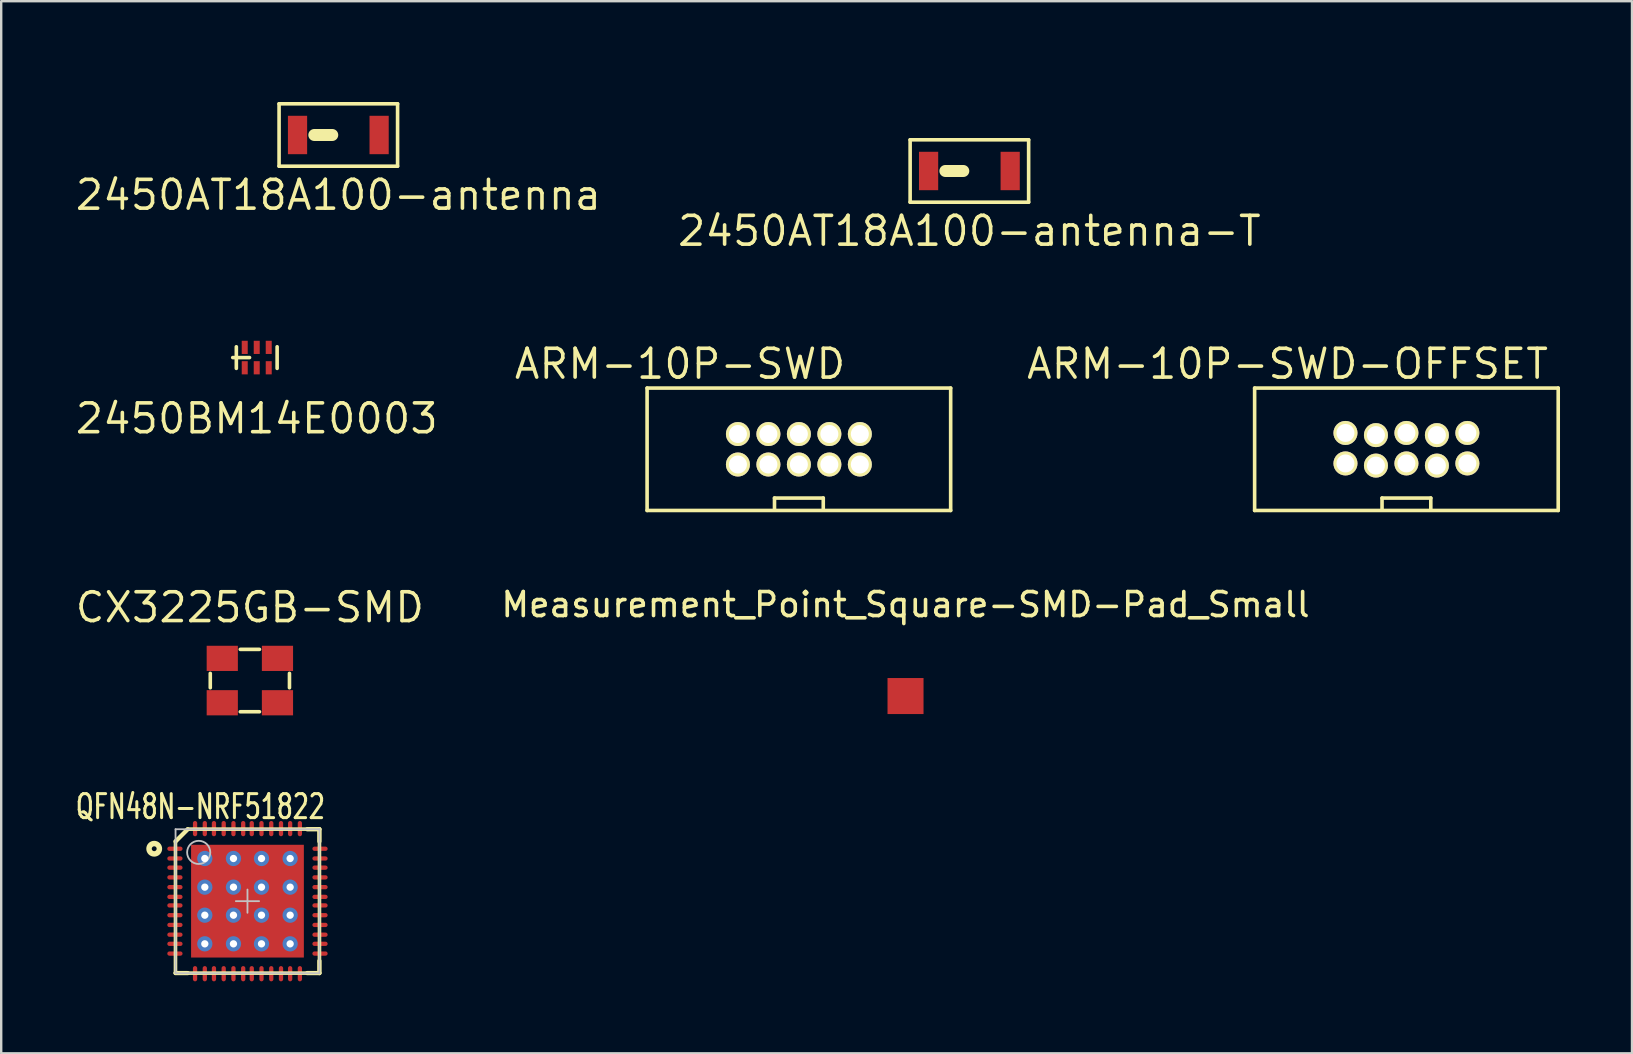
<source format=kicad_pcb>
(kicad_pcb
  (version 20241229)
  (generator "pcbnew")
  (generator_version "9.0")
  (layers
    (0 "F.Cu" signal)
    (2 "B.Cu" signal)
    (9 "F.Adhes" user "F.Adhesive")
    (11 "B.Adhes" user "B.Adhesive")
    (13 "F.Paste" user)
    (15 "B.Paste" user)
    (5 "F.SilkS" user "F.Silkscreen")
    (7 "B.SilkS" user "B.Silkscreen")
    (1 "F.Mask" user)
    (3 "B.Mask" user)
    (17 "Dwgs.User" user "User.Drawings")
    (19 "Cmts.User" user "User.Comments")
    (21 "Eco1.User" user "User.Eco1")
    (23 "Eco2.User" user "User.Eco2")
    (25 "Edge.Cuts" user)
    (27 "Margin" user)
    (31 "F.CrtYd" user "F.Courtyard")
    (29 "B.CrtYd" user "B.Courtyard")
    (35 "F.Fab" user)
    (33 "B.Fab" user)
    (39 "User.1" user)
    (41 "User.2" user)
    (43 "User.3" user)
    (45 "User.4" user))
  (footprint "Measurement_Point_Square-SMD-Pad_Small"
    (layer "F.Cu")
    (at 34.683 25.954)
    (property "Reference" "Measurement_Point_Square-SMD-Pad_Small" (at 0 -3.81 0) (layer "F.SilkS") (effects (font (size 1 1) (thickness 0.15))))
    (attr through_hole)
    (pad "1" smd rect (at 0 0) (size 1.501 1.501) (layers "F.Cu" "F.Mask" "F.Paste")))
  (footprint "ARM-10P-SWD-OFFSET"
    (layer "F.Cu")
    (at 55.555 15.671)
    (property "Reference" "ARM-10P-SWD-OFFSET" (at -4.953 -3.556 0) (layer "F.SilkS") (effects (font (size 1.2 1.2) (thickness 0.15))))
    (attr through_hole)
    (fp_line (start -6.325 -2.55) (end -6.325 2.55) (stroke (width 0.15) (type solid)) (layer "F.SilkS"))
    (fp_line (start -6.325 2.55) (end 6.325 2.55) (stroke (width 0.15) (type solid)) (layer "F.SilkS"))
    (fp_line (start -1.016 2.032) (end 1.016 2.032) (stroke (width 0.15) (type solid)) (layer "F.SilkS"))
    (fp_line (start -1.016 2.54) (end -1.016 2.032) (stroke (width 0.15) (type solid)) (layer "F.SilkS"))
    (fp_line (start 1.016 2.032) (end 1.016 2.54) (stroke (width 0.15) (type solid)) (layer "F.SilkS"))
    (fp_line (start 6.325 -2.55) (end -6.325 -2.55) (stroke (width 0.15) (type solid)) (layer "F.SilkS"))
    (fp_line (start 6.325 2.55) (end 6.325 -2.55) (stroke (width 0.15) (type solid)) (layer "F.SilkS"))
    (pad "1" thru_hole circle (at -2.54 0.59) (size 1 1) (drill 0.75) (layers "*.Cu" "*.Mask" "F.SilkS"))
    (pad "2" thru_hole circle (at -2.54 -0.68) (size 1 1) (drill 0.75) (layers "*.Cu" "*.Mask" "F.SilkS"))
    (pad "3" thru_hole circle (at -1.27 0.68) (size 1 1) (drill 0.75) (layers "*.Cu" "*.Mask" "F.SilkS"))
    (pad "4" thru_hole circle (at -1.27 -0.59) (size 1 1) (drill 0.75) (layers "*.Cu" "*.Mask" "F.SilkS"))
    (pad "5" thru_hole circle (at 0 0.59) (size 1 1) (drill 0.75) (layers "*.Cu" "*.Mask" "F.SilkS"))
    (pad "6" thru_hole circle (at 0 -0.68) (size 1 1) (drill 0.75) (layers "*.Cu" "*.Mask" "F.SilkS"))
    (pad "7" thru_hole circle (at 1.27 0.68) (size 1 1) (drill 0.75) (layers "*.Cu" "*.Mask" "F.SilkS"))
    (pad "8" thru_hole circle (at 1.27 -0.59) (size 1 1) (drill 0.75) (layers "*.Cu" "*.Mask" "F.SilkS"))
    (pad "9" thru_hole circle (at 2.54 0.59) (size 1 1) (drill 0.75) (layers "*.Cu" "*.Mask" "F.SilkS"))
    (pad "10" thru_hole circle (at 2.54 -0.68) (size 1 1) (drill 0.75) (layers "*.Cu" "*.Mask" "F.SilkS")))
  (footprint "2450AT18A100-antenna"
    (layer "F.Cu")
    (at 11.048 2.575)
    (property "Reference" "2450AT18A100-antenna" (at 0 2.5 0) (layer "F.SilkS") (effects (font (size 1.2 1.2) (thickness 0.15))))
    (attr through_hole)
    (fp_line (start -2.469 -1.3) (end -2.469 1.3) (stroke (width 0.15) (type solid)) (layer "F.SilkS"))
    (fp_line (start -2.469 1.3) (end 2.469 1.3) (stroke (width 0.15) (type solid)) (layer "F.SilkS"))
    (fp_line (start -1 0) (end -0.254 0) (stroke (width 0.5) (type solid)) (layer "F.SilkS"))
    (fp_line (start 2.469 -1.3) (end -2.469 -1.3) (stroke (width 0.15) (type solid)) (layer "F.SilkS"))
    (fp_line (start 2.469 1.3) (end 2.469 -1.3) (stroke (width 0.15) (type solid)) (layer "F.SilkS"))
    (fp_line (start -3.7 -2.5) (end -3.7 4) (stroke (width 0.15) (type solid)) (layer "Eco1.User"))
    (fp_line (start -3.7 -2.5) (end 2.8 -2.5) (stroke (width 0.15) (type solid)) (layer "Eco1.User"))
    (fp_line (start -3.7 4) (end 2.8 4) (stroke (width 0.15) (type solid)) (layer "Eco1.User"))
    (fp_line (start 2.8 4) (end 2.8 -2.5) (stroke (width 0.15) (type solid)) (layer "Eco1.User"))
    (pad "" smd rect (at 1.7 0) (size 0.8 1.6) (layers "F.Cu" "F.Mask" "F.Paste"))
    (pad "1" smd rect (at -1.7 0) (size 0.8 1.6) (layers "F.Cu" "F.Mask" "F.Paste")))
  (footprint "2450BM14E0003"
    (layer "F.Cu")
    (at 7.648 11.85)
    (property "Reference" "2450BM14E0003" (at 0 2.54 180) (layer "F.SilkS") (effects (font (size 1.2 1.2) (thickness 0.15))))
    (attr through_hole)
    (fp_line (start -1 0) (end -0.3 0) (stroke (width 0.15) (type solid)) (layer "F.SilkS"))
    (fp_line (start -0.85 -0.45) (end -0.85 0.45) (stroke (width 0.15) (type solid)) (layer "F.SilkS"))
    (fp_line (start 0.85 0.45) (end 0.85 -0.45) (stroke (width 0.15) (type solid)) (layer "F.SilkS"))
    (pad "1" smd rect (at -0.5 0.425) (size 0.25 0.55) (layers "F.Cu" "F.Mask" "F.Paste"))
    (pad "2" smd rect (at 0 0.425) (size 0.25 0.55) (layers "F.Cu" "F.Mask" "F.Paste"))
    (pad "3" smd rect (at 0.5 0.425) (size 0.25 0.55) (layers "F.Cu" "F.Mask" "F.Paste"))
    (pad "4" smd rect (at 0.5 -0.425) (size 0.25 0.55) (layers "F.Cu" "F.Mask" "F.Paste"))
    (pad "5" smd rect (at 0 -0.425) (size 0.25 0.55) (layers "F.Cu" "F.Mask" "F.Paste"))
    (pad "6" smd rect (at -0.5 -0.425) (size 0.25 0.55) (layers "F.Cu" "F.Mask" "F.Paste")))
  (footprint "CX3225GB-SMD"
    (layer "F.Cu")
    (at 7.362 25.309)
    (property "Reference" "CX3225GB-SMD" (at 0 -3.048 180) (layer "F.SilkS") (effects (font (size 1.2 1.2) (thickness 0.15))))
    (attr through_hole)
    (fp_line (start -1.65 -0.3) (end -1.65 0.3) (stroke (width 0.15) (type solid)) (layer "F.SilkS"))
    (fp_line (start -0.4 -1.3) (end 0.4 -1.3) (stroke (width 0.15) (type solid)) (layer "F.SilkS"))
    (fp_line (start -0.4 1.3) (end 0.4 1.3) (stroke (width 0.15) (type solid)) (layer "F.SilkS"))
    (fp_line (start 1.65 0.3) (end 1.65 -0.3) (stroke (width 0.15) (type solid)) (layer "F.SilkS"))
    (pad "" smd rect (at -1.15 -0.925) (size 1.3 1.05) (layers "F.Cu" "F.Mask" "F.Paste"))
    (pad "" smd rect (at 1.15 0.925) (size 1.3 1.05) (layers "F.Cu" "F.Mask" "F.Paste"))
    (pad "1" smd rect (at -1.15 0.925) (size 1.3 1.05) (layers "F.Cu" "F.Mask" "F.Paste"))
    (pad "2" smd rect (at 1.15 -0.925) (size 1.3 1.05) (layers "F.Cu" "F.Mask" "F.Paste")))
  (footprint "ARM-10P-SWD"
    (layer "F.Cu")
    (at 30.239 15.671)
    (property "Reference" "ARM-10P-SWD" (at -4.953 -3.556 0) (layer "F.SilkS") (effects (font (size 1.2 1.2) (thickness 0.15))))
    (attr through_hole)
    (fp_line (start -6.325 -2.55) (end -6.325 2.55) (stroke (width 0.15) (type solid)) (layer "F.SilkS"))
    (fp_line (start -6.325 2.55) (end 6.325 2.55) (stroke (width 0.15) (type solid)) (layer "F.SilkS"))
    (fp_line (start -1.016 2.032) (end 1.016 2.032) (stroke (width 0.15) (type solid)) (layer "F.SilkS"))
    (fp_line (start -1.016 2.54) (end -1.016 2.032) (stroke (width 0.15) (type solid)) (layer "F.SilkS"))
    (fp_line (start 1.016 2.032) (end 1.016 2.54) (stroke (width 0.15) (type solid)) (layer "F.SilkS"))
    (fp_line (start 6.325 -2.55) (end -6.325 -2.55) (stroke (width 0.15) (type solid)) (layer "F.SilkS"))
    (fp_line (start 6.325 2.55) (end 6.325 -2.55) (stroke (width 0.15) (type solid)) (layer "F.SilkS"))
    (pad "1" thru_hole circle (at -2.54 0.635) (size 1 1) (drill 0.75) (layers "*.Cu" "*.Mask" "F.SilkS"))
    (pad "2" thru_hole circle (at -2.54 -0.635) (size 1 1) (drill 0.75) (layers "*.Cu" "*.Mask" "F.SilkS"))
    (pad "3" thru_hole circle (at -1.27 0.635) (size 1 1) (drill 0.75) (layers "*.Cu" "*.Mask" "F.SilkS"))
    (pad "4" thru_hole circle (at -1.27 -0.635) (size 1 1) (drill 0.75) (layers "*.Cu" "*.Mask" "F.SilkS"))
    (pad "5" thru_hole circle (at 0 0.635) (size 1 1) (drill 0.75) (layers "*.Cu" "*.Mask" "F.SilkS"))
    (pad "6" thru_hole circle (at 0 -0.635) (size 1 1) (drill 0.75) (layers "*.Cu" "*.Mask" "F.SilkS"))
    (pad "7" thru_hole circle (at 1.27 0.635) (size 1 1) (drill 0.75) (layers "*.Cu" "*.Mask" "F.SilkS"))
    (pad "8" thru_hole circle (at 1.27 -0.635) (size 1 1) (drill 0.75) (layers "*.Cu" "*.Mask" "F.SilkS"))
    (pad "9" thru_hole circle (at 2.54 0.635) (size 1 1) (drill 0.75) (layers "*.Cu" "*.Mask" "F.SilkS"))
    (pad "10" thru_hole circle (at 2.54 -0.635) (size 1 1) (drill 0.75) (layers "*.Cu" "*.Mask" "F.SilkS")))
  (footprint "QFN48N-NRF51822"
    (layer "F.Cu")
    (at 7.262 34.501)
    (property "Reference" "QFN48N-NRF51822" (at -1.961 -3.937 0) (layer "F.SilkS") (effects (font (size 1 0.7) (thickness 0.125))))
    (attr smd)
    (fp_line (start -3 3) (end -3 -2.5) (stroke (width 0.15) (type solid)) (layer "F.SilkS"))
    (fp_line (start -2.997 -2.489) (end -2.489 -2.997) (stroke (width 0.178) (type solid)) (layer "F.SilkS"))
    (fp_line (start -2.997 2.997) (end -2.489 2.997) (stroke (width 0.178) (type solid)) (layer "F.SilkS"))
    (fp_line (start -2.5 -3) (end 3 -3) (stroke (width 0.15) (type solid)) (layer "F.SilkS"))
    (fp_line (start 2.489 -2.997) (end 2.997 -2.997) (stroke (width 0.178) (type solid)) (layer "F.SilkS"))
    (fp_line (start 2.489 2.997) (end 2.997 2.997) (stroke (width 0.178) (type solid)) (layer "F.SilkS"))
    (fp_line (start 2.997 -2.489) (end 2.997 -2.997) (stroke (width 0.178) (type solid)) (layer "F.SilkS"))
    (fp_line (start 2.997 2.997) (end 2.997 2.489) (stroke (width 0.178) (type solid)) (layer "F.SilkS"))
    (fp_line (start 3 -3) (end 3 3) (stroke (width 0.15) (type solid)) (layer "F.SilkS"))
    (fp_line (start 3 3) (end -3 3) (stroke (width 0.15) (type solid)) (layer "F.SilkS"))
    (fp_arc (start -3.7846 -2.1844) (mid -3.9878 -2.1844) (end -3.7846 -2.1844) (stroke (width 0.2286) (type solid)) (layer "F.SilkS"))
    (fp_line (start -2.997 -2.997) (end 2.997 -2.997) (stroke (width 0.076) (type solid)) (layer "Dwgs.User"))
    (fp_line (start -2.997 2.997) (end -2.997 -2.997) (stroke (width 0.076) (type solid)) (layer "Dwgs.User"))
    (fp_line (start -2.997 3.003) (end 2.997 3.003) (stroke (width 0.076) (type solid)) (layer "Dwgs.User"))
    (fp_line (start -0.483 0) (end 0.483 0) (stroke (width 0.076) (type solid)) (layer "Dwgs.User"))
    (fp_line (start 0 0.483) (end 0 -0.483) (stroke (width 0.076) (type solid)) (layer "Dwgs.User"))
    (fp_line (start 2.997 2.997) (end 2.997 -2.997) (stroke (width 0.076) (type solid)) (layer "Dwgs.User"))
    (fp_arc (start -1.5494 -2.032) (mid -2.5146 -2.032) (end -1.5494 -2.032) (stroke (width 0.0762) (type solid)) (layer "Dwgs.User"))
    (pad "1" smd oval (at -3.023 -2.184 90) (size 0.178 0.635) (layers "F.Cu" "F.Mask" "F.Paste"))
    (pad "2" smd oval (at -3.023 -1.778 90) (size 0.178 0.635) (layers "F.Cu" "F.Mask" "F.Paste"))
    (pad "3" smd oval (at -3.023 -1.397 90) (size 0.178 0.635) (layers "F.Cu" "F.Mask" "F.Paste"))
    (pad "4" smd oval (at -3.023 -0.991 90) (size 0.178 0.635) (layers "F.Cu" "F.Mask" "F.Paste"))
    (pad "5" smd oval (at -3.023 -0.584 90) (size 0.178 0.635) (layers "F.Cu" "F.Mask" "F.Paste"))
    (pad "6" smd oval (at -3.023 -0.178 90) (size 0.178 0.635) (layers "F.Cu" "F.Mask" "F.Paste"))
    (pad "7" smd oval (at -3.023 0.178 90) (size 0.178 0.635) (layers "F.Cu" "F.Mask" "F.Paste"))
    (pad "8" smd oval (at -3.023 0.584 90) (size 0.178 0.635) (layers "F.Cu" "F.Mask" "F.Paste"))
    (pad "9" smd oval (at -3.023 0.991 90) (size 0.178 0.635) (layers "F.Cu" "F.Mask" "F.Paste"))
    (pad "10" smd oval (at -3.023 1.397 90) (size 0.178 0.635) (layers "F.Cu" "F.Mask" "F.Paste"))
    (pad "11" smd oval (at -3.023 1.778 90) (size 0.178 0.635) (layers "F.Cu" "F.Mask" "F.Paste"))
    (pad "12" smd oval (at -3.023 2.184 90) (size 0.178 0.635) (layers "F.Cu" "F.Mask" "F.Paste"))
    (pad "13" smd oval (at -2.184 3.023) (size 0.178 0.635) (layers "F.Cu" "F.Mask" "F.Paste"))
    (pad "14" smd oval (at -1.778 3.023) (size 0.178 0.635) (layers "F.Cu" "F.Mask" "F.Paste"))
    (pad "15" smd oval (at -1.397 3.023) (size 0.178 0.635) (layers "F.Cu" "F.Mask" "F.Paste"))
    (pad "16" smd oval (at -0.991 3.023) (size 0.178 0.635) (layers "F.Cu" "F.Mask" "F.Paste"))
    (pad "17" smd oval (at -0.584 3.023) (size 0.178 0.635) (layers "F.Cu" "F.Mask" "F.Paste"))
    (pad "18" smd oval (at -0.178 3.023) (size 0.178 0.635) (layers "F.Cu" "F.Mask" "F.Paste"))
    (pad "19" smd oval (at 0.178 3.023) (size 0.178 0.635) (layers "F.Cu" "F.Mask" "F.Paste"))
    (pad "20" smd oval (at 0.584 3.023) (size 0.178 0.635) (layers "F.Cu" "F.Mask" "F.Paste"))
    (pad "21" smd oval (at 0.991 3.023) (size 0.178 0.635) (layers "F.Cu" "F.Mask" "F.Paste"))
    (pad "22" smd oval (at 1.397 3.023) (size 0.178 0.635) (layers "F.Cu" "F.Mask" "F.Paste"))
    (pad "23" smd oval (at 1.778 3.023) (size 0.178 0.635) (layers "F.Cu" "F.Mask" "F.Paste"))
    (pad "24" smd oval (at 2.184 3.023) (size 0.178 0.635) (layers "F.Cu" "F.Mask" "F.Paste"))
    (pad "25" smd oval (at 3.023 2.184 90) (size 0.178 0.635) (layers "F.Cu" "F.Mask" "F.Paste"))
    (pad "26" smd oval (at 3.023 1.778 90) (size 0.178 0.635) (layers "F.Cu" "F.Mask" "F.Paste"))
    (pad "27" smd oval (at 3.023 1.397 90) (size 0.178 0.635) (layers "F.Cu" "F.Mask" "F.Paste"))
    (pad "28" smd oval (at 3.023 0.991 90) (size 0.178 0.635) (layers "F.Cu" "F.Mask" "F.Paste"))
    (pad "29" smd oval (at 3.023 0.584 90) (size 0.178 0.635) (layers "F.Cu" "F.Mask" "F.Paste"))
    (pad "30" smd oval (at 3.023 0.178 90) (size 0.178 0.635) (layers "F.Cu" "F.Mask" "F.Paste"))
    (pad "31" smd oval (at 3.023 -0.178 90) (size 0.178 0.635) (layers "F.Cu" "F.Mask" "F.Paste"))
    (pad "32" smd oval (at 3.023 -0.584 90) (size 0.178 0.635) (layers "F.Cu" "F.Mask" "F.Paste"))
    (pad "33" smd oval (at 3.023 -0.991 90) (size 0.178 0.635) (layers "F.Cu" "F.Mask" "F.Paste"))
    (pad "34" smd oval (at 3.023 -1.397 90) (size 0.178 0.635) (layers "F.Cu" "F.Mask" "F.Paste"))
    (pad "35" smd oval (at 3.023 -1.778 90) (size 0.178 0.635) (layers "F.Cu" "F.Mask" "F.Paste"))
    (pad "36" smd oval (at 3.023 -2.184 90) (size 0.178 0.635) (layers "F.Cu" "F.Mask" "F.Paste"))
    (pad "37" smd oval (at 2.184 -3.023) (size 0.178 0.635) (layers "F.Cu" "F.Mask" "F.Paste"))
    (pad "38" smd oval (at 1.778 -3.023) (size 0.178 0.635) (layers "F.Cu" "F.Mask" "F.Paste"))
    (pad "39" smd oval (at 1.397 -3.023) (size 0.178 0.635) (layers "F.Cu" "F.Mask" "F.Paste"))
    (pad "40" smd oval (at 0.991 -3.023) (size 0.178 0.635) (layers "F.Cu" "F.Mask" "F.Paste"))
    (pad "41" smd oval (at 0.584 -3.023) (size 0.178 0.635) (layers "F.Cu" "F.Mask" "F.Paste"))
    (pad "42" smd oval (at 0.178 -3.023) (size 0.178 0.635) (layers "F.Cu" "F.Mask" "F.Paste"))
    (pad "43" smd oval (at -0.178 -3.023) (size 0.178 0.635) (layers "F.Cu" "F.Mask" "F.Paste"))
    (pad "44" smd oval (at -0.584 -3.023) (size 0.178 0.635) (layers "F.Cu" "F.Mask" "F.Paste"))
    (pad "45" smd oval (at -0.991 -3.023) (size 0.178 0.635) (layers "F.Cu" "F.Mask" "F.Paste"))
    (pad "46" smd oval (at -1.397 -3.023) (size 0.178 0.635) (layers "F.Cu" "F.Mask" "F.Paste"))
    (pad "47" smd oval (at -1.778 -3.023) (size 0.178 0.635) (layers "F.Cu" "F.Mask" "F.Paste"))
    (pad "48" smd oval (at -2.184 -3.023) (size 0.178 0.635) (layers "F.Cu" "F.Mask" "F.Paste"))
    (pad "49" smd circle (at -1.2 -1.2) (size 0.8 0.8) (layers "F.Cu" "F.Paste"))
    (pad "49" smd circle (at -1.2 0) (size 0.8 0.8) (layers "F.Cu" "F.Paste"))
    (pad "49" smd circle (at -1.2 1.2) (size 0.8 0.8) (layers "F.Cu" "F.Paste"))
    (pad "49" smd circle (at 0 -1.2) (size 0.8 0.8) (layers "F.Cu" "F.Paste"))
    (pad "49" smd circle (at 0 0) (size 0.8 0.8) (layers "F.Cu" "F.Paste"))
    (pad "49" smd rect (at 0 0) (size 4.699 4.699) (layers "F.Cu" "F.Mask"))
    (pad "49" smd circle (at 0 1.2) (size 0.8 0.8) (layers "F.Cu" "F.Paste"))
    (pad "49" smd circle (at 1.2 -1.2) (size 0.8 0.8) (layers "F.Cu" "F.Paste"))
    (pad "49" smd circle (at 1.2 0) (size 0.8 0.8) (layers "F.Cu" "F.Paste"))
    (pad "49" smd circle (at 1.2 1.2) (size 0.8 0.8) (layers "F.Cu" "F.Paste"))
    (pad "V:Ex" thru_hole circle (at -1.778 -1.778) (size 0.635 0.635) (drill 0.305) (layers "*.Cu" "*.Mask"))
    (pad "V:Ex" thru_hole circle (at -1.778 -0.584) (size 0.635 0.635) (drill 0.305) (layers "*.Cu" "*.Mask"))
    (pad "V:Ex" thru_hole circle (at -1.778 0.584) (size 0.635 0.635) (drill 0.305) (layers "*.Cu" "*.Mask"))
    (pad "V:Ex" thru_hole circle (at -1.778 1.778) (size 0.635 0.635) (drill 0.305) (layers "*.Cu" "*.Mask"))
    (pad "V:Ex" thru_hole circle (at -0.584 -1.778) (size 0.635 0.635) (drill 0.305) (layers "*.Cu" "*.Mask"))
    (pad "V:Ex" thru_hole circle (at -0.584 -0.584) (size 0.635 0.635) (drill 0.305) (layers "*.Cu" "*.Mask"))
    (pad "V:Ex" thru_hole circle (at -0.584 0.584) (size 0.635 0.635) (drill 0.305) (layers "*.Cu" "*.Mask"))
    (pad "V:Ex" thru_hole circle (at -0.584 1.778) (size 0.635 0.635) (drill 0.305) (layers "*.Cu" "*.Mask"))
    (pad "V:Ex" thru_hole circle (at 0.584 -1.778) (size 0.635 0.635) (drill 0.305) (layers "*.Cu" "*.Mask"))
    (pad "V:Ex" thru_hole circle (at 0.584 -0.584) (size 0.635 0.635) (drill 0.305) (layers "*.Cu" "*.Mask"))
    (pad "V:Ex" thru_hole circle (at 0.584 0.584) (size 0.635 0.635) (drill 0.305) (layers "*.Cu" "*.Mask"))
    (pad "V:Ex" thru_hole circle (at 0.584 1.778) (size 0.635 0.635) (drill 0.305) (layers "*.Cu" "*.Mask"))
    (pad "V:Ex" thru_hole circle (at 1.778 -1.778) (size 0.635 0.635) (drill 0.305) (layers "*.Cu" "*.Mask"))
    (pad "V:Ex" thru_hole circle (at 1.778 -0.584) (size 0.635 0.635) (drill 0.305) (layers "*.Cu" "*.Mask"))
    (pad "V:Ex" thru_hole circle (at 1.778 0.584) (size 0.635 0.635) (drill 0.305) (layers "*.Cu" "*.Mask"))
    (pad "V:Ex" thru_hole circle (at 1.778 1.778) (size 0.635 0.635) (drill 0.305) (layers "*.Cu" "*.Mask")))
  (footprint "2450AT18A100-antenna-T"
    (layer "F.Cu")
    (at 37.344 4.075)
    (property "Reference" "2450AT18A100-antenna-T" (at 0 2.5 0) (layer "F.SilkS") (effects (font (size 1.2 1.2) (thickness 0.15))))
    (attr through_hole)
    (fp_line (start -2.469 -1.3) (end -2.469 1.3) (stroke (width 0.15) (type solid)) (layer "F.SilkS"))
    (fp_line (start -2.469 1.3) (end 2.469 1.3) (stroke (width 0.15) (type solid)) (layer "F.SilkS"))
    (fp_line (start -1 0) (end -0.254 0) (stroke (width 0.5) (type solid)) (layer "F.SilkS"))
    (fp_line (start 2.469 -1.3) (end -2.469 -1.3) (stroke (width 0.15) (type solid)) (layer "F.SilkS"))
    (fp_line (start 2.469 1.3) (end 2.469 -1.3) (stroke (width 0.15) (type solid)) (layer "F.SilkS"))
    (fp_line (start -3.7 -4) (end -3.7 4) (stroke (width 0.15) (type solid)) (layer "Eco1.User"))
    (fp_line (start -3.7 -4) (end 2.8 -4) (stroke (width 0.15) (type solid)) (layer "Eco1.User"))
    (fp_line (start -3.7 4) (end 2.8 4) (stroke (width 0.15) (type solid)) (layer "Eco1.User"))
    (fp_line (start 2.8 4) (end 2.8 -4) (stroke (width 0.15) (type solid)) (layer "Eco1.User"))
    (pad "" smd rect (at 1.7 0) (size 0.8 1.6) (layers "F.Cu" "F.Mask" "F.Paste"))
    (pad "1" smd rect (at -1.7 0) (size 0.8 1.6) (layers "F.Cu" "F.Mask" "F.Paste")))
  (gr_rect
    (start -3 -3)
    (end 64.955 40.841)
    (stroke (width 0.1) (type default))
    (fill no)
    (layer "Edge.Cuts")))
</source>
